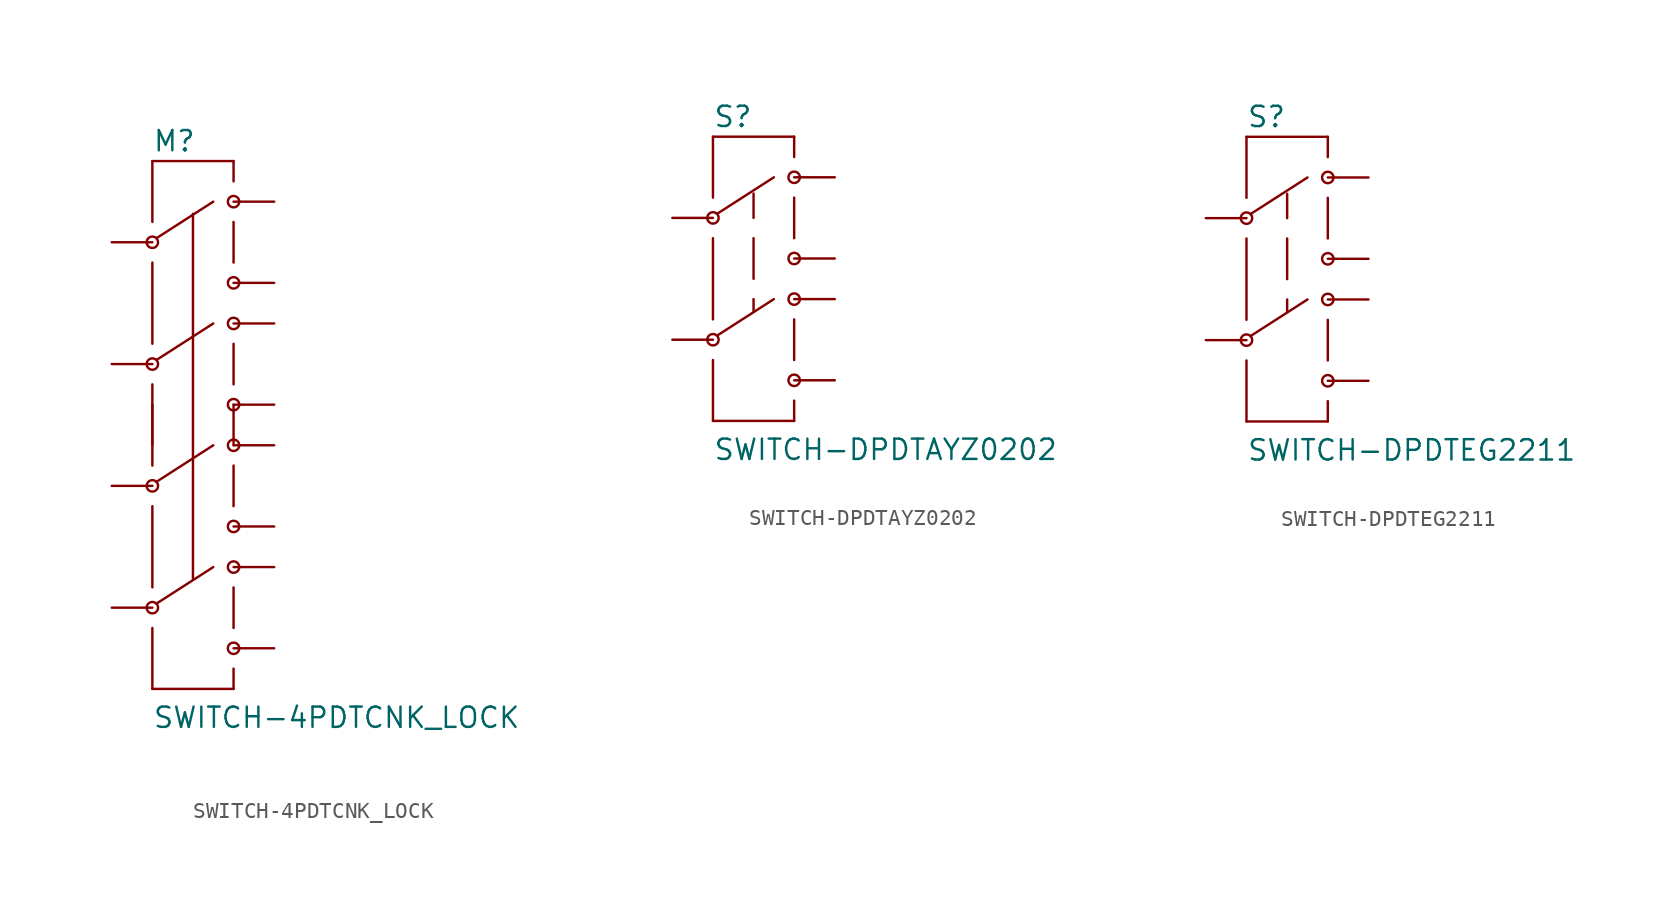
<source format=kicad_sym>
(kicad_symbol_lib
  (version 20211014)
  (generator kicad_symbol_editor)
  (symbol "SWITCH-4PDTCNK_LOCK"
    (pin_numbers hide)
    (pin_names
      (offset 1.016) hide)
    (property "Reference" "M"
      (at -2.54 18.288 0)
      (effects (font (size 1.27 1.27)) (justify left bottom)))
    (property "Value" "SWITCH-4PDTCNK_LOCK"
      (at -2.54 -17.78 0)
      (effects (font (size 1.27 1.27)) (justify left bottom)))
    (property "ki_locked" ""
      (at 0 0 0)
      (effects (font (size 1.27 1.27))))
    (symbol "SWITCH-4PDTCNK_LOCK_1_0"
      (polyline (pts (xy -2.54 -15.24) (xy 2.54 -15.24)) (stroke (width 0) (type default) (color 0 0 0 0)) (fill (type none)))
      (polyline (pts (xy -2.54 -11.43) (xy -2.54 -15.24)) (stroke (width 0) (type default) (color 0 0 0 0)) (fill (type none)))
      (polyline (pts (xy -2.54 -3.81) (xy -2.54 -8.89)) (stroke (width 0) (type default) (color 0 0 0 0)) (fill (type none)))
      (polyline (pts (xy -2.54 2.54) (xy -2.54 -1.27)) (stroke (width 0) (type default) (color 0 0 0 0)) (fill (type none)))
      (polyline (pts (xy -2.54 3.81) (xy -2.54 0)) (stroke (width 0) (type default) (color 0 0 0 0)) (fill (type none)))
      (polyline (pts (xy -2.54 11.43) (xy -2.54 6.35)) (stroke (width 0) (type default) (color 0 0 0 0)) (fill (type none)))
      (polyline (pts (xy -2.54 17.78) (xy -2.54 13.97)) (stroke (width 0) (type default) (color 0 0 0 0)) (fill (type none)))
      (polyline (pts (xy -2.286 -9.906) (xy 1.27 -7.62)) (stroke (width 0) (type default) (color 0 0 0 0)) (fill (type none)))
      (polyline (pts (xy -2.286 5.334) (xy 1.27 7.62)) (stroke (width 0) (type default) (color 0 0 0 0)) (fill (type none)))
      (polyline (pts (xy 0 14.478) (xy 0 -8.382)) (stroke (width 0) (type default) (color 0 0 0 0)) (fill (type none)))
      (polyline (pts (xy 1.27 0) (xy -2.286 -2.286)) (stroke (width 0) (type default) (color 0 0 0 0)) (fill (type none)))
      (polyline (pts (xy 1.27 15.24) (xy -2.286 12.954)) (stroke (width 0) (type default) (color 0 0 0 0)) (fill (type none)))
      (polyline (pts (xy 2.54 -15.24) (xy 2.54 -13.97)) (stroke (width 0) (type default) (color 0 0 0 0)) (fill (type none)))
      (polyline (pts (xy 2.54 -11.43) (xy 2.54 -8.89)) (stroke (width 0) (type default) (color 0 0 0 0)) (fill (type none)))
      (polyline (pts (xy 2.54 -1.27) (xy 2.54 -3.81)) (stroke (width 0) (type default) (color 0 0 0 0)) (fill (type none)))
      (polyline (pts (xy 2.54 0) (xy 2.54 2.54)) (stroke (width 0) (type default) (color 0 0 0 0)) (fill (type none)))
      (polyline (pts (xy 2.54 3.81) (xy 2.54 6.35)) (stroke (width 0) (type default) (color 0 0 0 0)) (fill (type none)))
      (polyline (pts (xy 2.54 13.97) (xy 2.54 11.43)) (stroke (width 0) (type default) (color 0 0 0 0)) (fill (type none)))
      (polyline (pts (xy 2.54 16.51) (xy 2.54 17.78)) (stroke (width 0) (type default) (color 0 0 0 0)) (fill (type none)))
      (polyline (pts (xy 2.54 17.78) (xy -2.54 17.78)) (stroke (width 0) (type default) (color 0 0 0 0)) (fill (type none))))
    (symbol "SWITCH-4PDTCNK_LOCK_1_1"
      (circle (center -2.54 -10.16) (radius 0.356) (stroke (width 0) (type default) (color 0 0 0 0)) (fill (type none)))
      (circle (center -2.54 -2.54) (radius 0.356) (stroke (width 0) (type default) (color 0 0 0 0)) (fill (type none)))
      (circle (center -2.54 5.08) (radius 0.356) (stroke (width 0) (type default) (color 0 0 0 0)) (fill (type none)))
      (circle (center -2.54 12.7) (radius 0.356) (stroke (width 0) (type default) (color 0 0 0 0)) (fill (type none)))
      (circle (center 2.54 -12.7) (radius 0.356) (stroke (width 0) (type default) (color 0 0 0 0)) (fill (type none)))
      (circle (center 2.54 -7.62) (radius 0.356) (stroke (width 0) (type default) (color 0 0 0 0)) (fill (type none)))
      (circle (center 2.54 -5.08) (radius 0.356) (stroke (width 0) (type default) (color 0 0 0 0)) (fill (type none)))
      (circle (center 2.54 0) (radius 0.356) (stroke (width 0) (type default) (color 0 0 0 0)) (fill (type none)))
      (circle (center 2.54 2.54) (radius 0.356) (stroke (width 0) (type default) (color 0 0 0 0)) (fill (type none)))
      (circle (center 2.54 7.62) (radius 0.356) (stroke (width 0) (type default) (color 0 0 0 0)) (fill (type none)))
      (circle (center 2.54 10.16) (radius 0.356) (stroke (width 0) (type default) (color 0 0 0 0)) (fill (type none)))
      (circle (center 2.54 15.24) (radius 0.356) (stroke (width 0) (type default) (color 0 0 0 0)) (fill (type none)))
      (pin bidirectional line (at 5.08 15.24 180) (length 2.54) (name "1" (effects (font (size 1.016 1.016)))) (number "PP$1" (effects (font (size 1.016 1.016)))))
      (pin bidirectional line (at 5.08 -7.62 180) (length 2.54) (name "10" (effects (font (size 1.016 1.016)))) (number "PP$10" (effects (font (size 1.016 1.016)))))
      (pin bidirectional line (at -5.08 -10.16 0) (length 2.54) (name "11" (effects (font (size 1.016 1.016)))) (number "PP$11" (effects (font (size 1.016 1.016)))))
      (pin bidirectional line (at 5.08 -12.7 180) (length 2.54) (name "12" (effects (font (size 1.016 1.016)))) (number "PP$12" (effects (font (size 1.016 1.016)))))
      (pin bidirectional line (at -5.08 12.7 0) (length 2.54) (name "2" (effects (font (size 1.016 1.016)))) (number "PP$2" (effects (font (size 1.016 1.016)))))
      (pin bidirectional line (at 5.08 10.16 180) (length 2.54) (name "3" (effects (font (size 1.016 1.016)))) (number "PP$3" (effects (font (size 1.016 1.016)))))
      (pin bidirectional line (at 5.08 7.62 180) (length 2.54) (name "4" (effects (font (size 1.016 1.016)))) (number "PP$4" (effects (font (size 1.016 1.016)))))
      (pin bidirectional line (at -5.08 5.08 0) (length 2.54) (name "5" (effects (font (size 1.016 1.016)))) (number "PP$5" (effects (font (size 1.016 1.016)))))
      (pin bidirectional line (at 5.08 2.54 180) (length 2.54) (name "6" (effects (font (size 1.016 1.016)))) (number "PP$6" (effects (font (size 1.016 1.016)))))
      (pin bidirectional line (at 5.08 0 180) (length 2.54) (name "7" (effects (font (size 1.016 1.016)))) (number "PP$7" (effects (font (size 1.016 1.016)))))
      (pin bidirectional line (at -5.08 -2.54 0) (length 2.54) (name "8" (effects (font (size 1.016 1.016)))) (number "PP$8" (effects (font (size 1.016 1.016)))))
      (pin bidirectional line (at 5.08 -5.08 180) (length 2.54) (name "9" (effects (font (size 1.016 1.016)))) (number "PP$9" (effects (font (size 1.016 1.016)))))))
  (symbol "SWITCH-DPDTAYZ0202"
    (pin_numbers hide)
    (pin_names
      (offset 1.016) hide)
    (property "Reference" "S"
      (at -2.54 8.128 0)
      (effects (font (size 1.27 1.27)) (justify left bottom)))
    (property "Value" "SWITCH-DPDTAYZ0202"
      (at -2.54 -12.7 0)
      (effects (font (size 1.27 1.27)) (justify left bottom)))
    (property "ki_locked" ""
      (at 0 0 0)
      (effects (font (size 1.27 1.27))))
    (symbol "SWITCH-DPDTAYZ0202_1_0"
      (polyline (pts (xy -2.54 -10.16) (xy 2.54 -10.16)) (stroke (width 0) (type default) (color 0 0 0 0)) (fill (type none)))
      (polyline (pts (xy -2.54 -6.35) (xy -2.54 -10.16)) (stroke (width 0) (type default) (color 0 0 0 0)) (fill (type none)))
      (polyline (pts (xy -2.54 1.27) (xy -2.54 -3.81)) (stroke (width 0) (type default) (color 0 0 0 0)) (fill (type none)))
      (polyline (pts (xy -2.54 7.62) (xy -2.54 3.81)) (stroke (width 0) (type default) (color 0 0 0 0)) (fill (type none)))
      (polyline (pts (xy -2.286 -4.826) (xy 1.27 -2.54)) (stroke (width 0) (type default) (color 0 0 0 0)) (fill (type none)))
      (polyline (pts (xy 0 -2.54) (xy 0 -3.302)) (stroke (width 0) (type default) (color 0 0 0 0)) (fill (type none)))
      (polyline (pts (xy 0 1.27) (xy 0 -1.27)) (stroke (width 0) (type default) (color 0 0 0 0)) (fill (type none)))
      (polyline (pts (xy 0 4.064) (xy 0 2.54)) (stroke (width 0) (type default) (color 0 0 0 0)) (fill (type none)))
      (polyline (pts (xy 1.27 5.08) (xy -2.286 2.794)) (stroke (width 0) (type default) (color 0 0 0 0)) (fill (type none)))
      (polyline (pts (xy 2.54 -10.16) (xy 2.54 -8.89)) (stroke (width 0) (type default) (color 0 0 0 0)) (fill (type none)))
      (polyline (pts (xy 2.54 -6.35) (xy 2.54 -3.81)) (stroke (width 0) (type default) (color 0 0 0 0)) (fill (type none)))
      (polyline (pts (xy 2.54 3.81) (xy 2.54 1.27)) (stroke (width 0) (type default) (color 0 0 0 0)) (fill (type none)))
      (polyline (pts (xy 2.54 6.35) (xy 2.54 7.62)) (stroke (width 0) (type default) (color 0 0 0 0)) (fill (type none)))
      (polyline (pts (xy 2.54 7.62) (xy -2.54 7.62)) (stroke (width 0) (type default) (color 0 0 0 0)) (fill (type none))))
    (symbol "SWITCH-DPDTAYZ0202_1_1"
      (circle (center -2.54 -5.08) (radius 0.356) (stroke (width 0) (type default) (color 0 0 0 0)) (fill (type none)))
      (circle (center -2.54 2.54) (radius 0.356) (stroke (width 0) (type default) (color 0 0 0 0)) (fill (type none)))
      (circle (center 2.54 -7.62) (radius 0.356) (stroke (width 0) (type default) (color 0 0 0 0)) (fill (type none)))
      (circle (center 2.54 -2.54) (radius 0.356) (stroke (width 0) (type default) (color 0 0 0 0)) (fill (type none)))
      (circle (center 2.54 0) (radius 0.356) (stroke (width 0) (type default) (color 0 0 0 0)) (fill (type none)))
      (circle (center 2.54 5.08) (radius 0.356) (stroke (width 0) (type default) (color 0 0 0 0)) (fill (type none)))
      (pin bidirectional line (at 5.08 5.08 180) (length 2.54) (name "1" (effects (font (size 1.016 1.016)))) (number "1" (effects (font (size 1.016 1.016)))))
      (pin bidirectional line (at -5.08 2.54 0) (length 2.54) (name "2" (effects (font (size 1.016 1.016)))) (number "2" (effects (font (size 1.016 1.016)))))
      (pin bidirectional line (at 5.08 0 180) (length 2.54) (name "3" (effects (font (size 1.016 1.016)))) (number "3" (effects (font (size 1.016 1.016)))))
      (pin bidirectional line (at 5.08 -2.54 180) (length 2.54) (name "4" (effects (font (size 1.016 1.016)))) (number "4" (effects (font (size 1.016 1.016)))))
      (pin bidirectional line (at -5.08 -5.08 0) (length 2.54) (name "5" (effects (font (size 1.016 1.016)))) (number "5" (effects (font (size 1.016 1.016)))))
      (pin bidirectional line (at 5.08 -7.62 180) (length 2.54) (name "6" (effects (font (size 1.016 1.016)))) (number "6" (effects (font (size 1.016 1.016)))))))
  (symbol "SWITCH-DPDTEG2211"
    (pin_numbers hide)
    (pin_names
      (offset 1.016) hide)
    (property "Reference" "S"
      (at -2.54 8.128 0)
      (effects (font (size 1.27 1.27)) (justify left bottom)))
    (property "Value" "SWITCH-DPDTEG2211"
      (at -2.54 -12.7 0)
      (effects (font (size 1.27 1.27)) (justify left bottom)))
    (property "ki_locked" ""
      (at 0 0 0)
      (effects (font (size 1.27 1.27))))
    (symbol "SWITCH-DPDTEG2211_1_0"
      (polyline (pts (xy -2.54 -10.16) (xy 2.54 -10.16)) (stroke (width 0) (type default) (color 0 0 0 0)) (fill (type none)))
      (polyline (pts (xy -2.54 -6.35) (xy -2.54 -10.16)) (stroke (width 0) (type default) (color 0 0 0 0)) (fill (type none)))
      (polyline (pts (xy -2.54 1.27) (xy -2.54 -3.81)) (stroke (width 0) (type default) (color 0 0 0 0)) (fill (type none)))
      (polyline (pts (xy -2.54 7.62) (xy -2.54 3.81)) (stroke (width 0) (type default) (color 0 0 0 0)) (fill (type none)))
      (polyline (pts (xy -2.286 -4.826) (xy 1.27 -2.54)) (stroke (width 0) (type default) (color 0 0 0 0)) (fill (type none)))
      (polyline (pts (xy 0 -2.54) (xy 0 -3.302)) (stroke (width 0) (type default) (color 0 0 0 0)) (fill (type none)))
      (polyline (pts (xy 0 1.27) (xy 0 -1.27)) (stroke (width 0) (type default) (color 0 0 0 0)) (fill (type none)))
      (polyline (pts (xy 0 4.064) (xy 0 2.54)) (stroke (width 0) (type default) (color 0 0 0 0)) (fill (type none)))
      (polyline (pts (xy 1.27 5.08) (xy -2.286 2.794)) (stroke (width 0) (type default) (color 0 0 0 0)) (fill (type none)))
      (polyline (pts (xy 2.54 -10.16) (xy 2.54 -8.89)) (stroke (width 0) (type default) (color 0 0 0 0)) (fill (type none)))
      (polyline (pts (xy 2.54 -6.35) (xy 2.54 -3.81)) (stroke (width 0) (type default) (color 0 0 0 0)) (fill (type none)))
      (polyline (pts (xy 2.54 3.81) (xy 2.54 1.27)) (stroke (width 0) (type default) (color 0 0 0 0)) (fill (type none)))
      (polyline (pts (xy 2.54 6.35) (xy 2.54 7.62)) (stroke (width 0) (type default) (color 0 0 0 0)) (fill (type none)))
      (polyline (pts (xy 2.54 7.62) (xy -2.54 7.62)) (stroke (width 0) (type default) (color 0 0 0 0)) (fill (type none))))
    (symbol "SWITCH-DPDTEG2211_1_1"
      (circle (center -2.54 -5.08) (radius 0.356) (stroke (width 0) (type default) (color 0 0 0 0)) (fill (type none)))
      (circle (center -2.54 2.54) (radius 0.356) (stroke (width 0) (type default) (color 0 0 0 0)) (fill (type none)))
      (circle (center 2.54 -7.62) (radius 0.356) (stroke (width 0) (type default) (color 0 0 0 0)) (fill (type none)))
      (circle (center 2.54 -2.54) (radius 0.356) (stroke (width 0) (type default) (color 0 0 0 0)) (fill (type none)))
      (circle (center 2.54 0) (radius 0.356) (stroke (width 0) (type default) (color 0 0 0 0)) (fill (type none)))
      (circle (center 2.54 5.08) (radius 0.356) (stroke (width 0) (type default) (color 0 0 0 0)) (fill (type none)))
      (pin bidirectional line (at -5.08 2.54 0) (length 2.54) (name "2" (effects (font (size 1.016 1.016)))) (number "P1" (effects (font (size 1.016 1.016)))))
      (pin bidirectional line (at 5.08 5.08 180) (length 2.54) (name "1" (effects (font (size 1.016 1.016)))) (number "P1-TA" (effects (font (size 1.016 1.016)))))
      (pin bidirectional line (at 5.08 0 180) (length 2.54) (name "3" (effects (font (size 1.016 1.016)))) (number "P1-TB" (effects (font (size 1.016 1.016)))))
      (pin bidirectional line (at -5.08 -5.08 0) (length 2.54) (name "5" (effects (font (size 1.016 1.016)))) (number "P2" (effects (font (size 1.016 1.016)))))
      (pin bidirectional line (at 5.08 -2.54 180) (length 2.54) (name "4" (effects (font (size 1.016 1.016)))) (number "P2-TA" (effects (font (size 1.016 1.016)))))
      (pin bidirectional line (at 5.08 -7.62 180) (length 2.54) (name "6" (effects (font (size 1.016 1.016)))) (number "P2-TB" (effects (font (size 1.016 1.016))))))))
</source>
